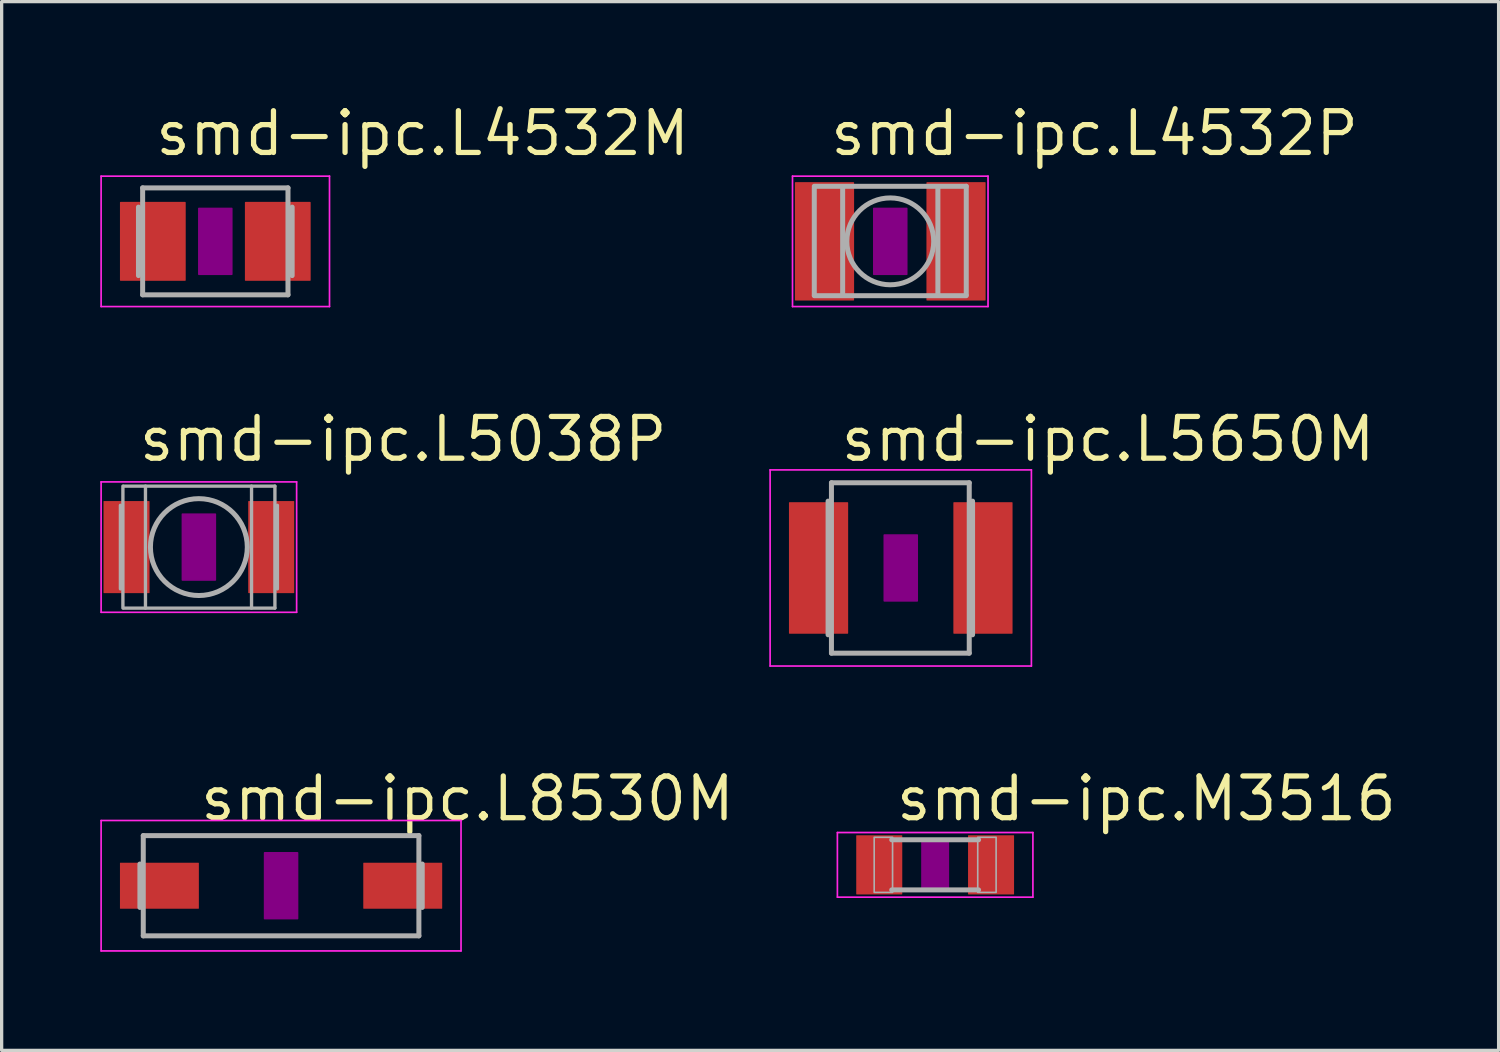
<source format=kicad_pcb>
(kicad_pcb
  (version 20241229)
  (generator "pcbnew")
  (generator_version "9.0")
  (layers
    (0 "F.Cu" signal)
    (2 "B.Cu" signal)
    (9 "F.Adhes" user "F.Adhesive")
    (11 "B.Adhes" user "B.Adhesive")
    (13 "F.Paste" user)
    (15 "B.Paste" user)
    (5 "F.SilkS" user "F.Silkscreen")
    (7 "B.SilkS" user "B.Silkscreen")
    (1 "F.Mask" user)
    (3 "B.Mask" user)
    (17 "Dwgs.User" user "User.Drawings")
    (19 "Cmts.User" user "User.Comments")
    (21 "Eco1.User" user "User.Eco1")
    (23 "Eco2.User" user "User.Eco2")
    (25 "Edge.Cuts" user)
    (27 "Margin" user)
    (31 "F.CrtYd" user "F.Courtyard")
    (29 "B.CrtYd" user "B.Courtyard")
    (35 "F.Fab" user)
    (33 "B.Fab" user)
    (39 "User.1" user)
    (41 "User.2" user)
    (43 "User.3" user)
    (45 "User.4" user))
  (footprint "smd-ipc.L5650M"
    (layer "F.Cu")
    (at 24.344 14.223)
    (property "Reference" "smd-ipc.L5650M" (at -1.905 -3.175 0) (layer "F.SilkS") (effects (font (size 1.27 1.27) (thickness 0.16)) (justify left bottom)))
    (attr smd)
    (fp_rect (start -0.5 1) (end 0.5 -1) (stroke (width 0.05) (type default)) (fill yes) (layer "F.Adhes"))
    (fp_line (start -3.973 -2.983) (end 3.973 -2.983) (stroke (width 0.051) (type default)) (layer "F.CrtYd"))
    (fp_line (start -3.973 2.983) (end -3.973 -2.983) (stroke (width 0.051) (type default)) (layer "F.CrtYd"))
    (fp_line (start 3.973 -2.983) (end 3.973 2.983) (stroke (width 0.051) (type default)) (layer "F.CrtYd"))
    (fp_line (start 3.973 2.983) (end -3.973 2.983) (stroke (width 0.051) (type default)) (layer "F.CrtYd"))
    (fp_line (start -2.21 -2.032) (end -2.21 2.032) (stroke (width 0.152) (type default)) (layer "F.Fab"))
    (fp_line (start -2.108 -2.591) (end -2.108 2.591) (stroke (width 0.152) (type default)) (layer "F.Fab"))
    (fp_line (start -2.108 2.591) (end 2.083 2.591) (stroke (width 0.152) (type default)) (layer "F.Fab"))
    (fp_line (start 2.083 -2.591) (end -2.108 -2.591) (stroke (width 0.152) (type default)) (layer "F.Fab"))
    (fp_line (start 2.083 -2.591) (end 2.083 2.591) (stroke (width 0.152) (type default)) (layer "F.Fab"))
    (fp_line (start 2.184 -2.032) (end 2.184 2.032) (stroke (width 0.152) (type default)) (layer "F.Fab"))
    (pad "1" smd roundrect (at -2.5 0) (size 1.8 4) (layers "F.Cu" "F.Mask" "F.Paste") (roundrect_rratio 0.01))
    (pad "2" smd roundrect (at 2.5 0) (size 1.8 4) (layers "F.Cu" "F.Mask" "F.Paste") (roundrect_rratio 0.01)))
  (footprint "smd-ipc.L4532M"
    (layer "F.Cu")
    (at 3.498 4.29)
    (property "Reference" "smd-ipc.L4532M" (at -1.905 -2.54 0) (layer "F.SilkS") (effects (font (size 1.27 1.27) (thickness 0.16)) (justify left bottom)))
    (attr smd)
    (fp_rect (start -0.5 1) (end 0.5 -1) (stroke (width 0.05) (type default)) (fill yes) (layer "F.Adhes"))
    (fp_line (start -3.473 -1.983) (end 3.473 -1.983) (stroke (width 0.051) (type default)) (layer "F.CrtYd"))
    (fp_line (start -3.473 1.983) (end -3.473 -1.983) (stroke (width 0.051) (type default)) (layer "F.CrtYd"))
    (fp_line (start 3.473 -1.983) (end 3.473 1.983) (stroke (width 0.051) (type default)) (layer "F.CrtYd"))
    (fp_line (start 3.473 1.983) (end -3.473 1.983) (stroke (width 0.051) (type default)) (layer "F.CrtYd"))
    (fp_line (start -2.337 -1.041) (end -2.337 1.041) (stroke (width 0.152) (type default)) (layer "F.Fab"))
    (fp_line (start -2.21 -1.626) (end -2.21 1.626) (stroke (width 0.152) (type default)) (layer "F.Fab"))
    (fp_line (start -2.21 1.626) (end 2.21 1.626) (stroke (width 0.152) (type default)) (layer "F.Fab"))
    (fp_line (start 2.21 -1.626) (end -2.21 -1.626) (stroke (width 0.152) (type default)) (layer "F.Fab"))
    (fp_line (start 2.21 -1.626) (end 2.21 1.626) (stroke (width 0.152) (type default)) (layer "F.Fab"))
    (fp_line (start 2.337 -1.041) (end 2.337 1.041) (stroke (width 0.152) (type default)) (layer "F.Fab"))
    (pad "1" smd roundrect (at -1.9 0) (size 2 2.4) (layers "F.Cu" "F.Mask" "F.Paste") (roundrect_rratio 0.01))
    (pad "2" smd roundrect (at 1.9 0) (size 2 2.4) (layers "F.Cu" "F.Mask" "F.Paste") (roundrect_rratio 0.01)))
  (footprint "smd-ipc.L4532P"
    (layer "F.Cu")
    (at 24.025 4.29)
    (property "Reference" "smd-ipc.L4532P" (at -1.905 -2.54 0) (layer "F.SilkS") (effects (font (size 1.27 1.27) (thickness 0.16)) (justify left bottom)))
    (attr smd)
    (fp_rect (start -0.5 1) (end 0.5 -1) (stroke (width 0.05) (type default)) (fill yes) (layer "F.Adhes"))
    (fp_line (start -2.973 -1.983) (end 2.973 -1.983) (stroke (width 0.051) (type default)) (layer "F.CrtYd"))
    (fp_line (start -2.973 1.983) (end -2.973 -1.983) (stroke (width 0.051) (type default)) (layer "F.CrtYd"))
    (fp_line (start 2.973 -1.983) (end 2.973 1.983) (stroke (width 0.051) (type default)) (layer "F.CrtYd"))
    (fp_line (start 2.973 1.983) (end -2.973 1.983) (stroke (width 0.051) (type default)) (layer "F.CrtYd"))
    (fp_line (start -2.311 -1.675) (end 2.311 -1.675) (stroke (width 0.152) (type default)) (layer "F.Fab"))
    (fp_line (start -2.311 -1.626) (end -2.311 1.626) (stroke (width 0.152) (type default)) (layer "F.Fab"))
    (fp_line (start -2.311 1.653) (end 2.311 1.653) (stroke (width 0.152) (type default)) (layer "F.Fab"))
    (fp_line (start -1.448 -1.651) (end -1.448 1.626) (stroke (width 0.152) (type default)) (layer "F.Fab"))
    (fp_line (start 1.448 -1.626) (end 1.448 1.626) (stroke (width 0.152) (type default)) (layer "F.Fab"))
    (fp_line (start 2.311 -1.675) (end 2.311 1.626) (stroke (width 0.152) (type default)) (layer "F.Fab"))
    (fp_circle (center 0 0) (end 1.321 0) (stroke (width 0.152) (type default)) (fill no) (layer "F.Fab"))
    (pad "1" smd roundrect (at -2 0) (size 1.8 3.6) (layers "F.Cu" "F.Mask" "F.Paste") (roundrect_rratio 0.01))
    (pad "2" smd roundrect (at 2 0) (size 1.8 3.6) (layers "F.Cu" "F.Mask" "F.Paste") (roundrect_rratio 0.01)))
  (footprint "smd-ipc.M3516"
    (layer "F.Cu")
    (at 25.39 23.252)
    (property "Reference" "smd-ipc.M3516" (at -1.27 -1.27 0) (layer "F.SilkS") (effects (font (size 1.27 1.27) (thickness 0.16)) (justify left bottom)))
    (attr smd)
    (fp_rect (start -0.4 0.7) (end 0.4 -0.7) (stroke (width 0.05) (type default)) (fill yes) (layer "F.Adhes"))
    (fp_line (start -2.973 -0.983) (end 2.973 -0.983) (stroke (width 0.051) (type default)) (layer "F.CrtYd"))
    (fp_line (start -2.973 0.983) (end -2.973 -0.983) (stroke (width 0.051) (type default)) (layer "F.CrtYd"))
    (fp_line (start 2.973 -0.983) (end 2.973 0.983) (stroke (width 0.051) (type default)) (layer "F.CrtYd"))
    (fp_line (start 2.973 0.983) (end -2.973 0.983) (stroke (width 0.051) (type default)) (layer "F.CrtYd"))
    (fp_line (start 1.321 -0.762) (end -1.321 -0.762) (stroke (width 0.152) (type default)) (layer "F.Fab"))
    (fp_line (start 1.321 0.762) (end -1.321 0.762) (stroke (width 0.152) (type default)) (layer "F.Fab"))
    (fp_rect (start -1.854 0.838) (end -1.295 -0.838) (stroke (width 0.05) (type default)) (fill no) (layer "F.Fab"))
    (fp_rect (start 1.295 0.838) (end 1.854 -0.838) (stroke (width 0.05) (type default)) (fill no) (layer "F.Fab"))
    (pad "1" smd roundrect (at -1.7 0) (size 1.4 1.8) (layers "F.Cu" "F.Mask" "F.Paste") (roundrect_rratio 0.01))
    (pad "2" smd roundrect (at 1.7 0) (size 1.4 1.8) (layers "F.Cu" "F.Mask" "F.Paste") (roundrect_rratio 0.01)))
  (footprint "smd-ipc.L8530M"
    (layer "F.Cu")
    (at 5.498 23.887)
    (property "Reference" "smd-ipc.L8530M" (at -2.54 -1.905 0) (layer "F.SilkS") (effects (font (size 1.27 1.27) (thickness 0.16)) (justify left bottom)))
    (attr smd)
    (fp_rect (start -0.5 1) (end 0.5 -1) (stroke (width 0.05) (type default)) (fill yes) (layer "F.Adhes"))
    (fp_line (start -5.473 -1.983) (end 5.473 -1.983) (stroke (width 0.051) (type default)) (layer "F.CrtYd"))
    (fp_line (start -5.473 1.983) (end -5.473 -1.983) (stroke (width 0.051) (type default)) (layer "F.CrtYd"))
    (fp_line (start 5.473 -1.983) (end 5.473 1.983) (stroke (width 0.051) (type default)) (layer "F.CrtYd"))
    (fp_line (start 5.473 1.983) (end -5.473 1.983) (stroke (width 0.051) (type default)) (layer "F.CrtYd"))
    (fp_line (start -4.293 0.66) (end -4.293 -0.66) (stroke (width 0.152) (type default)) (layer "F.Fab"))
    (fp_line (start -4.191 1.524) (end -4.191 -1.524) (stroke (width 0.152) (type default)) (layer "F.Fab"))
    (fp_line (start 4.191 -1.524) (end -4.191 -1.524) (stroke (width 0.152) (type default)) (layer "F.Fab"))
    (fp_line (start 4.191 1.524) (end -4.191 1.524) (stroke (width 0.152) (type default)) (layer "F.Fab"))
    (fp_line (start 4.191 1.524) (end 4.191 -1.524) (stroke (width 0.152) (type default)) (layer "F.Fab"))
    (fp_line (start 4.293 0.66) (end 4.293 -0.66) (stroke (width 0.152) (type default)) (layer "F.Fab"))
    (pad "1" smd roundrect (at -3.7 0) (size 2.4 1.4) (layers "F.Cu" "F.Mask" "F.Paste") (roundrect_rratio 0.01))
    (pad "2" smd roundrect (at 3.7 0) (size 2.4 1.4) (layers "F.Cu" "F.Mask" "F.Paste") (roundrect_rratio 0.01)))
  (footprint "smd-ipc.L5038P"
    (layer "F.Cu")
    (at 2.998 13.588)
    (property "Reference" "smd-ipc.L5038P" (at -1.905 -2.54 0) (layer "F.SilkS") (effects (font (size 1.27 1.27) (thickness 0.16)) (justify left bottom)))
    (attr smd)
    (fp_rect (start -0.5 1) (end 0.5 -1) (stroke (width 0.05) (type default)) (fill yes) (layer "F.Adhes"))
    (fp_line (start -2.973 -1.983) (end 2.973 -1.983) (stroke (width 0.051) (type default)) (layer "F.CrtYd"))
    (fp_line (start -2.973 1.983) (end -2.973 -1.983) (stroke (width 0.051) (type default)) (layer "F.CrtYd"))
    (fp_line (start 2.973 -1.983) (end 2.973 1.983) (stroke (width 0.051) (type default)) (layer "F.CrtYd"))
    (fp_line (start 2.973 1.983) (end -2.973 1.983) (stroke (width 0.051) (type default)) (layer "F.CrtYd"))
    (fp_line (start -2.386 1.27) (end -2.386 -1.27) (stroke (width 0.102) (type default)) (layer "F.Fab"))
    (fp_line (start -2.31 1.854) (end -2.31 -1.854) (stroke (width 0.102) (type default)) (layer "F.Fab"))
    (fp_line (start -2.286 -1.853) (end 2.311 -1.853) (stroke (width 0.102) (type default)) (layer "F.Fab"))
    (fp_line (start -2.286 1.856) (end 2.311 1.856) (stroke (width 0.102) (type default)) (layer "F.Fab"))
    (fp_line (start -1.624 1.854) (end -1.624 -1.854) (stroke (width 0.102) (type default)) (layer "F.Fab"))
    (fp_line (start 1.602 1.854) (end 1.602 -1.854) (stroke (width 0.102) (type default)) (layer "F.Fab"))
    (fp_line (start 2.313 1.854) (end 2.313 -1.854) (stroke (width 0.102) (type default)) (layer "F.Fab"))
    (fp_line (start 2.389 1.27) (end 2.389 -1.27) (stroke (width 0.102) (type default)) (layer "F.Fab"))
    (fp_circle (center 0 0) (end 1.473 0) (stroke (width 0.152) (type default)) (fill no) (layer "F.Fab"))
    (pad "1" smd roundrect (at -2.2 0) (size 1.4 2.8) (layers "F.Cu" "F.Mask" "F.Paste") (roundrect_rratio 0.01))
    (pad "2" smd roundrect (at 2.2 0) (size 1.4 2.8) (layers "F.Cu" "F.Mask" "F.Paste") (roundrect_rratio 0.01)))
  (gr_rect
    (start -3 -3)
    (end 42.526 28.895)
    (stroke (width 0.1) (type default))
    (fill no)
    (layer "Edge.Cuts")))
</source>
